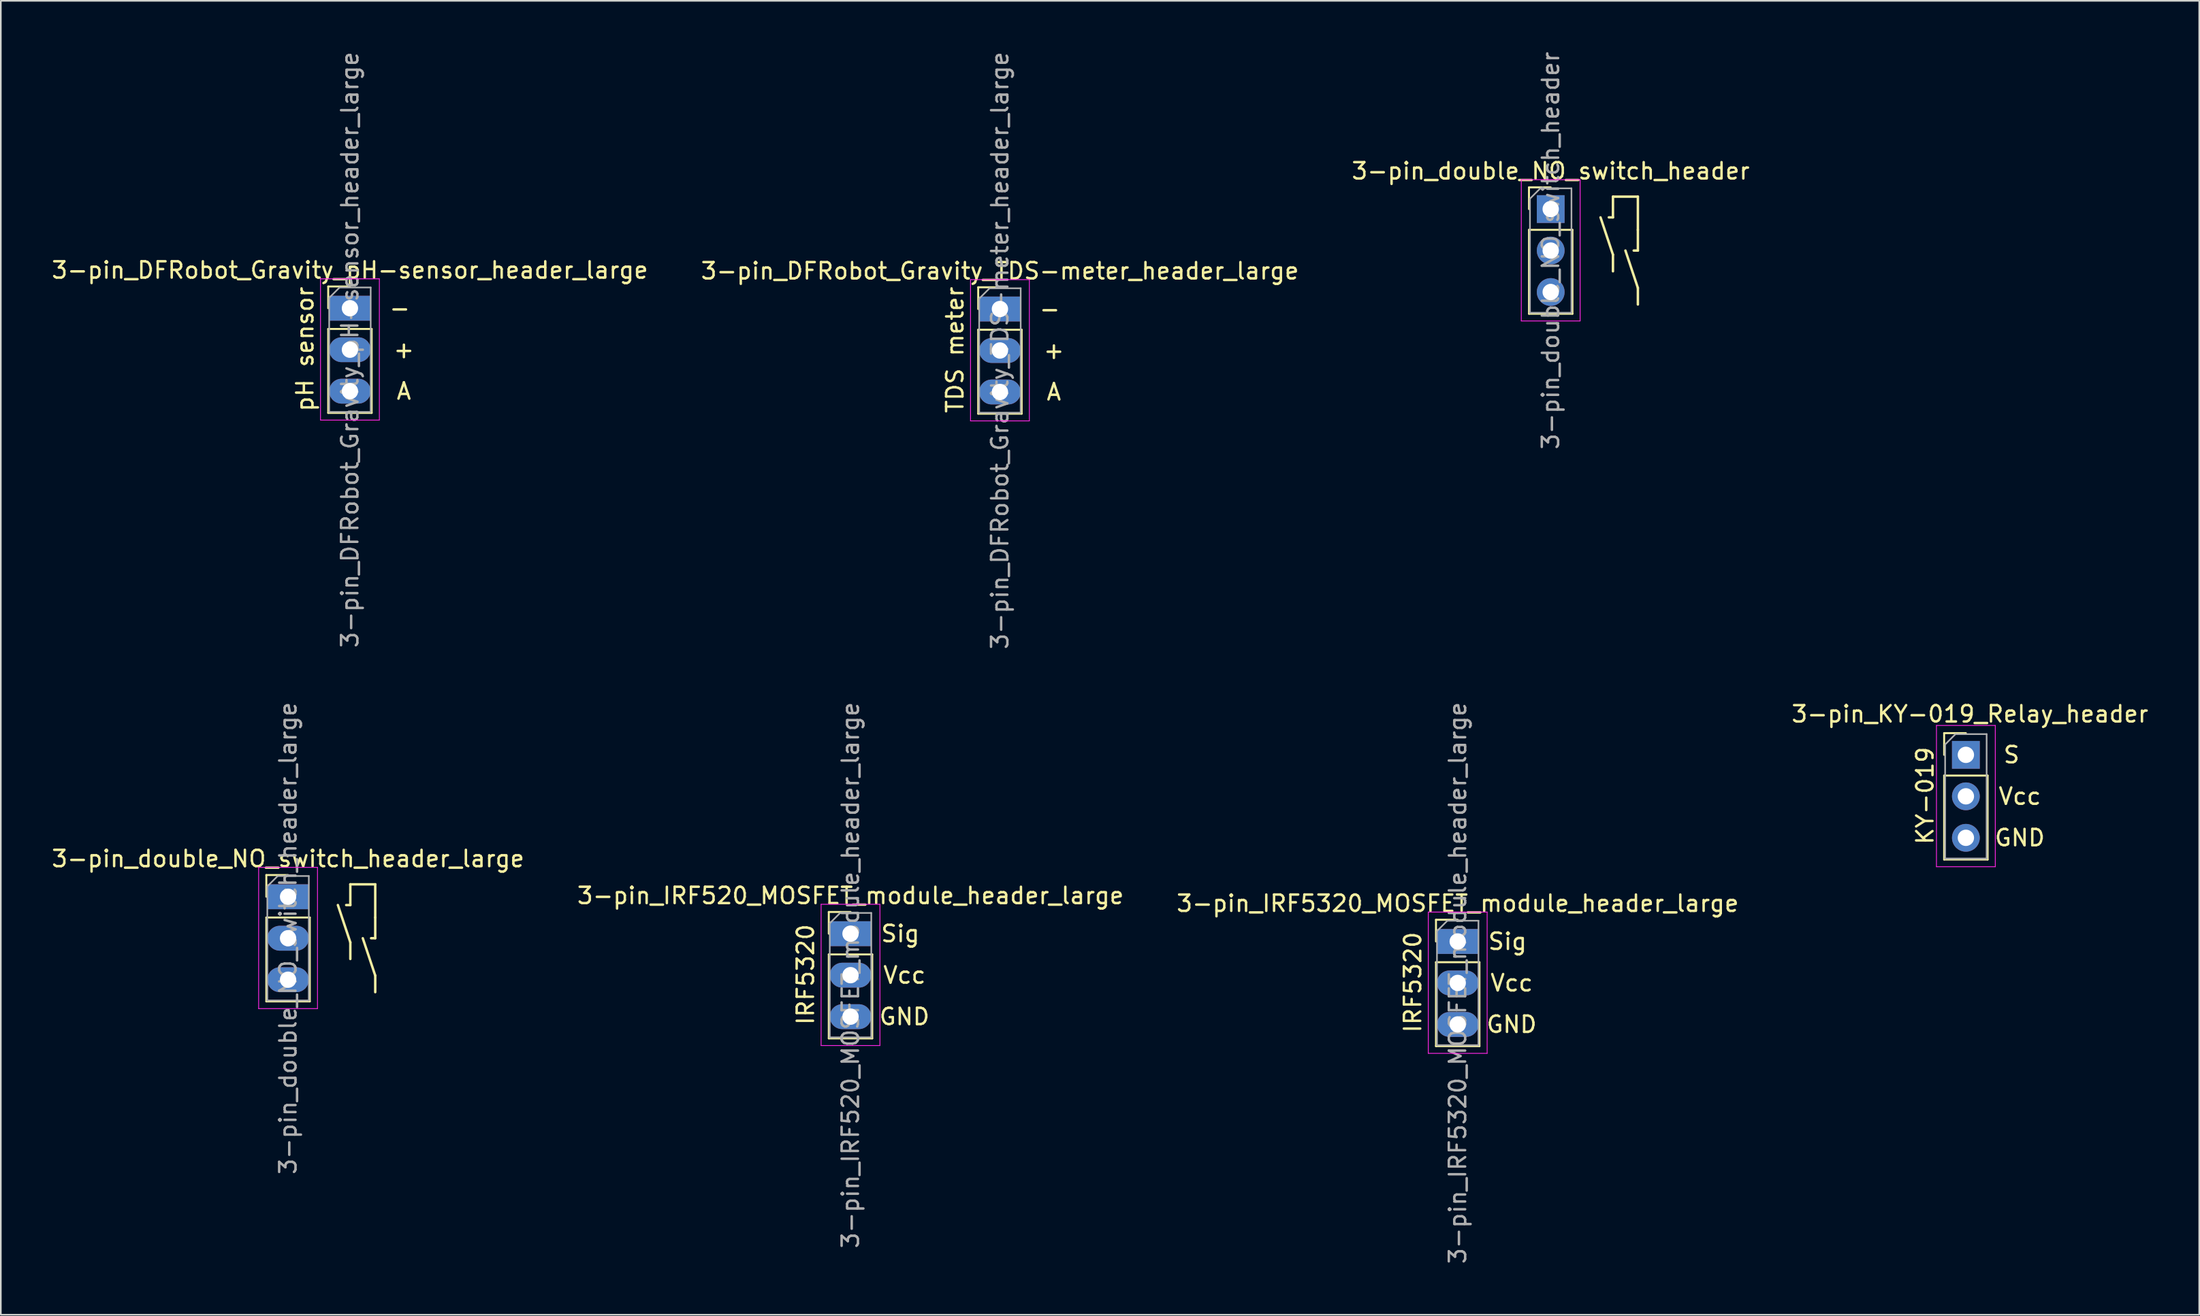
<source format=kicad_pcb>
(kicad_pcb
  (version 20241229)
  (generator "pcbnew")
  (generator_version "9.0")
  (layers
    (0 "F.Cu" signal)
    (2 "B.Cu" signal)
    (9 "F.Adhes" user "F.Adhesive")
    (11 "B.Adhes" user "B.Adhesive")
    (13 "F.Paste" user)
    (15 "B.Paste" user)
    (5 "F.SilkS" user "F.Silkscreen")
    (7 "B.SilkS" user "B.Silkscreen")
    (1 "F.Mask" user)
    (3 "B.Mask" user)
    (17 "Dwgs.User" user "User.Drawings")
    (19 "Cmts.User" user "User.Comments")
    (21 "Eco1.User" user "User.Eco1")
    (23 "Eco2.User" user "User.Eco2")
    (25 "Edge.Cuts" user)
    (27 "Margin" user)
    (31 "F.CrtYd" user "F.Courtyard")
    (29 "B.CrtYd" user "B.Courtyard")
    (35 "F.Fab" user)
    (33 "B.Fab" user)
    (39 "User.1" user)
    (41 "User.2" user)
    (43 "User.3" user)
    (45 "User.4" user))
  (footprint "3-pin_IRF520_MOSFET_module_header_large"
    (layer "F.Cu")
    (at 48.994 54.121)
    (property "Reference" "3-pin_IRF520_MOSFET_module_header_large" (at 0 -2.33 0) (layer "F.SilkS") (effects (font (size 1 1) (thickness 0.15))))
    (attr through_hole)
    (fp_line (start -1.33 -1.33) (end 0 -1.33) (stroke (width 0.12) (type solid)) (layer "F.SilkS"))
    (fp_line (start -1.33 0) (end -1.33 -1.33) (stroke (width 0.12) (type solid)) (layer "F.SilkS"))
    (fp_line (start -1.33 1.27) (end -1.33 6.41) (stroke (width 0.12) (type solid)) (layer "F.SilkS"))
    (fp_line (start -1.33 1.27) (end 1.33 1.27) (stroke (width 0.12) (type solid)) (layer "F.SilkS"))
    (fp_line (start -1.33 6.41) (end 1.33 6.41) (stroke (width 0.12) (type solid)) (layer "F.SilkS"))
    (fp_line (start 1.33 1.27) (end 1.33 6.41) (stroke (width 0.12) (type solid)) (layer "F.SilkS"))
    (fp_line (start -1.8 -1.8) (end -1.8 6.85) (stroke (width 0.05) (type solid)) (layer "F.CrtYd"))
    (fp_line (start -1.8 6.85) (end 1.8 6.85) (stroke (width 0.05) (type solid)) (layer "F.CrtYd"))
    (fp_line (start 1.8 -1.8) (end -1.8 -1.8) (stroke (width 0.05) (type solid)) (layer "F.CrtYd"))
    (fp_line (start 1.8 6.85) (end 1.8 -1.8) (stroke (width 0.05) (type solid)) (layer "F.CrtYd"))
    (fp_line (start -1.27 -0.635) (end -0.635 -1.27) (stroke (width 0.1) (type solid)) (layer "F.Fab"))
    (fp_line (start -1.27 6.35) (end -1.27 -0.635) (stroke (width 0.1) (type solid)) (layer "F.Fab"))
    (fp_line (start -0.635 -1.27) (end 1.27 -1.27) (stroke (width 0.1) (type solid)) (layer "F.Fab"))
    (fp_line (start 1.27 -1.27) (end 1.27 6.35) (stroke (width 0.1) (type solid)) (layer "F.Fab"))
    (fp_line (start 1.27 6.35) (end -1.27 6.35) (stroke (width 0.1) (type solid)) (layer "F.Fab"))
    (fp_text user "IRF5320" (at -2.75 2.5 90) (layer "F.SilkS") (effects (font (size 1 1) (thickness 0.15))))
    (fp_text user "Sig" (at 3.048 0 0) (layer "F.SilkS") (effects (font (size 1 1) (thickness 0.15))))
    (fp_text user "GND" (at 3.302 5.08 0) (layer "F.SilkS") (effects (font (size 1 1) (thickness 0.15))))
    (fp_text user "Vcc" (at 3.302 2.54 0) (layer "F.SilkS") (effects (font (size 1 1) (thickness 0.15))))
    (fp_text user "${REFERENCE}" (at 0 2.54 90) (layer "F.Fab") (effects (font (size 1 1) (thickness 0.15))))
    (pad "1" thru_hole rect (at 0 0) (size 2.54 1.524) (drill 1) (layers "*.Cu" "*.Mask"))
    (pad "2" thru_hole oval (at 0 2.54) (size 2.54 1.524) (drill 1) (layers "*.Cu" "*.Mask"))
    (pad "3" thru_hole oval (at 0 5.08) (size 2.54 1.524) (drill 1) (layers "*.Cu" "*.Mask")))
  (footprint "3-pin_double_NO_switch_header_large"
    (layer "F.Cu")
    (at 14.577 51.859)
    (property "Reference" "3-pin_double_NO_switch_header_large" (at 0 -2.33 0) (layer "F.SilkS") (effects (font (size 1 1) (thickness 0.15))))
    (attr through_hole)
    (fp_line (start -1.33 -1.33) (end 0 -1.33) (stroke (width 0.12) (type solid)) (layer "F.SilkS"))
    (fp_line (start -1.33 0) (end -1.33 -1.33) (stroke (width 0.12) (type solid)) (layer "F.SilkS"))
    (fp_line (start -1.33 1.27) (end -1.33 6.41) (stroke (width 0.12) (type solid)) (layer "F.SilkS"))
    (fp_line (start -1.33 1.27) (end 1.33 1.27) (stroke (width 0.12) (type solid)) (layer "F.SilkS"))
    (fp_line (start -1.33 6.41) (end 1.33 6.41) (stroke (width 0.12) (type solid)) (layer "F.SilkS"))
    (fp_line (start 1.33 1.27) (end 1.33 6.41) (stroke (width 0.12) (type solid)) (layer "F.SilkS"))
    (fp_line (start 3.81 -0.762) (end 3.81 0.508) (stroke (width 0.15) (type solid)) (layer "F.SilkS"))
    (fp_line (start 3.81 -0.762) (end 5.334 -0.762) (stroke (width 0.15) (type solid)) (layer "F.SilkS"))
    (fp_line (start 3.81 0.508) (end 3.556 0.508) (stroke (width 0.15) (type solid)) (layer "F.SilkS"))
    (fp_line (start 3.81 2.794) (end 3.048 0.508) (stroke (width 0.15) (type solid)) (layer "F.SilkS"))
    (fp_line (start 3.81 3.81) (end 3.81 2.794) (stroke (width 0.15) (type solid)) (layer "F.SilkS"))
    (fp_line (start 5.334 -0.762) (end 5.334 1.27) (stroke (width 0.15) (type solid)) (layer "F.SilkS"))
    (fp_line (start 5.334 1.27) (end 5.334 2.54) (stroke (width 0.15) (type solid)) (layer "F.SilkS"))
    (fp_line (start 5.334 2.54) (end 5.08 2.54) (stroke (width 0.15) (type solid)) (layer "F.SilkS"))
    (fp_line (start 5.334 4.826) (end 4.572 2.54) (stroke (width 0.15) (type solid)) (layer "F.SilkS"))
    (fp_line (start 5.334 5.842) (end 5.334 4.826) (stroke (width 0.15) (type solid)) (layer "F.SilkS"))
    (fp_line (start -1.8 -1.8) (end -1.8 6.85) (stroke (width 0.05) (type solid)) (layer "F.CrtYd"))
    (fp_line (start -1.8 6.85) (end 1.8 6.85) (stroke (width 0.05) (type solid)) (layer "F.CrtYd"))
    (fp_line (start 1.8 -1.8) (end -1.8 -1.8) (stroke (width 0.05) (type solid)) (layer "F.CrtYd"))
    (fp_line (start 1.8 6.85) (end 1.8 -1.8) (stroke (width 0.05) (type solid)) (layer "F.CrtYd"))
    (fp_line (start -1.27 -0.635) (end -0.635 -1.27) (stroke (width 0.1) (type solid)) (layer "F.Fab"))
    (fp_line (start -1.27 6.35) (end -1.27 -0.635) (stroke (width 0.1) (type solid)) (layer "F.Fab"))
    (fp_line (start -0.635 -1.27) (end 1.27 -1.27) (stroke (width 0.1) (type solid)) (layer "F.Fab"))
    (fp_line (start 1.27 -1.27) (end 1.27 6.35) (stroke (width 0.1) (type solid)) (layer "F.Fab"))
    (fp_line (start 1.27 6.35) (end -1.27 6.35) (stroke (width 0.1) (type solid)) (layer "F.Fab"))
    (fp_text user "${REFERENCE}" (at 0 2.54 90) (layer "F.Fab") (effects (font (size 1 1) (thickness 0.15))))
    (pad "1" thru_hole rect (at 0 0 90) (size 1.524 2.54) (drill 1) (layers "*.Cu" "*.Mask"))
    (pad "2" thru_hole oval (at 0 2.54) (size 2.54 1.524) (drill 1) (layers "*.Cu" "*.Mask"))
    (pad "3" thru_hole oval (at 0 5.08) (size 2.54 1.524) (drill 1) (layers "*.Cu" "*.Mask")))
  (footprint "3-pin_KY-019_Relay_header"
    (layer "F.Cu")
    (at 117.244 43.17)
    (property "Reference" "3-pin_KY-019_Relay_header" (at 0.25 -2.5 0) (layer "F.SilkS") (effects (font (size 1 1) (thickness 0.15))))
    (attr through_hole)
    (fp_line (start -1.33 -1.33) (end 0 -1.33) (stroke (width 0.12) (type solid)) (layer "F.SilkS"))
    (fp_line (start -1.33 0) (end -1.33 -1.33) (stroke (width 0.12) (type solid)) (layer "F.SilkS"))
    (fp_line (start -1.33 1.27) (end -1.33 6.41) (stroke (width 0.12) (type solid)) (layer "F.SilkS"))
    (fp_line (start -1.33 1.27) (end 1.33 1.27) (stroke (width 0.12) (type solid)) (layer "F.SilkS"))
    (fp_line (start -1.33 6.41) (end 1.33 6.41) (stroke (width 0.12) (type solid)) (layer "F.SilkS"))
    (fp_line (start 1.33 1.27) (end 1.33 6.41) (stroke (width 0.12) (type solid)) (layer "F.SilkS"))
    (fp_line (start -1.8 -1.8) (end -1.8 6.85) (stroke (width 0.05) (type solid)) (layer "F.CrtYd"))
    (fp_line (start -1.8 6.85) (end 1.8 6.85) (stroke (width 0.05) (type solid)) (layer "F.CrtYd"))
    (fp_line (start 1.8 -1.8) (end -1.8 -1.8) (stroke (width 0.05) (type solid)) (layer "F.CrtYd"))
    (fp_line (start 1.8 6.85) (end 1.8 -1.8) (stroke (width 0.05) (type solid)) (layer "F.CrtYd"))
    (fp_line (start -1.27 -0.635) (end -0.635 -1.27) (stroke (width 0.1) (type solid)) (layer "F.Fab"))
    (fp_line (start -1.27 6.35) (end -1.27 -0.635) (stroke (width 0.1) (type solid)) (layer "F.Fab"))
    (fp_line (start -0.635 -1.27) (end 1.27 -1.27) (stroke (width 0.1) (type solid)) (layer "F.Fab"))
    (fp_line (start 1.27 -1.27) (end 1.27 6.35) (stroke (width 0.1) (type solid)) (layer "F.Fab"))
    (fp_line (start 1.27 6.35) (end -1.27 6.35) (stroke (width 0.1) (type solid)) (layer "F.Fab"))
    (fp_text user "S" (at 2.794 0 0) (layer "F.SilkS") (effects (font (size 1 1) (thickness 0.15))))
    (fp_text user "GND" (at 3.302 5.08 0) (layer "F.SilkS") (effects (font (size 1 1) (thickness 0.15))))
    (fp_text user "Vcc" (at 3.302 2.54 0) (layer "F.SilkS") (effects (font (size 1 1) (thickness 0.15))))
    (fp_text user "KY-019" (at -2.5 2.5 90) (layer "F.SilkS") (effects (font (size 1 1) (thickness 0.15))))
    (pad "1" thru_hole rect (at 0 0) (size 1.7 1.7) (drill 1) (layers "*.Cu" "*.Mask"))
    (pad "2" thru_hole oval (at 0 2.54) (size 1.7 1.7) (drill 1) (layers "*.Cu" "*.Mask"))
    (pad "3" thru_hole oval (at 0 5.08) (size 1.7 1.7) (drill 1) (layers "*.Cu" "*.Mask")))
  (footprint "3-pin_DFRobot_Gravity_pH-sensor_header_large"
    (layer "F.Cu")
    (at 18.363 15.823)
    (property "Reference" "3-pin_DFRobot_Gravity_pH-sensor_header_large" (at 0 -2.33 0) (layer "F.SilkS") (effects (font (size 1 1) (thickness 0.15))))
    (attr through_hole)
    (fp_line (start -1.33 -1.33) (end 0 -1.33) (stroke (width 0.12) (type solid)) (layer "F.SilkS"))
    (fp_line (start -1.33 0) (end -1.33 -1.33) (stroke (width 0.12) (type solid)) (layer "F.SilkS"))
    (fp_line (start -1.33 1.27) (end -1.33 6.41) (stroke (width 0.12) (type solid)) (layer "F.SilkS"))
    (fp_line (start -1.33 1.27) (end 1.33 1.27) (stroke (width 0.12) (type solid)) (layer "F.SilkS"))
    (fp_line (start -1.33 6.41) (end 1.33 6.41) (stroke (width 0.12) (type solid)) (layer "F.SilkS"))
    (fp_line (start 1.33 1.27) (end 1.33 6.41) (stroke (width 0.12) (type solid)) (layer "F.SilkS"))
    (fp_line (start -1.8 -1.8) (end -1.8 6.85) (stroke (width 0.05) (type solid)) (layer "F.CrtYd"))
    (fp_line (start -1.8 6.85) (end 1.8 6.85) (stroke (width 0.05) (type solid)) (layer "F.CrtYd"))
    (fp_line (start 1.8 -1.8) (end -1.8 -1.8) (stroke (width 0.05) (type solid)) (layer "F.CrtYd"))
    (fp_line (start 1.8 6.85) (end 1.8 -1.8) (stroke (width 0.05) (type solid)) (layer "F.CrtYd"))
    (fp_line (start -1.27 -0.635) (end -0.635 -1.27) (stroke (width 0.1) (type solid)) (layer "F.Fab"))
    (fp_line (start -1.27 6.35) (end -1.27 -0.635) (stroke (width 0.1) (type solid)) (layer "F.Fab"))
    (fp_line (start -0.635 -1.27) (end 1.27 -1.27) (stroke (width 0.1) (type solid)) (layer "F.Fab"))
    (fp_line (start 1.27 -1.27) (end 1.27 6.35) (stroke (width 0.1) (type solid)) (layer "F.Fab"))
    (fp_line (start 1.27 6.35) (end -1.27 6.35) (stroke (width 0.1) (type solid)) (layer "F.Fab"))
    (fp_text user "-" (at 3.048 0 0) (layer "F.SilkS") (effects (font (size 1 1) (thickness 0.15))))
    (fp_text user "pH sensor" (at -2.75 2.5 90) (layer "F.SilkS") (effects (font (size 1 1) (thickness 0.15))))
    (fp_text user "+" (at 3.302 2.54 0) (layer "F.SilkS") (effects (font (size 1 1) (thickness 0.15))))
    (fp_text user "A" (at 3.302 5.08 0) (layer "F.SilkS") (effects (font (size 1 1) (thickness 0.15))))
    (fp_text user "${REFERENCE}" (at 0 2.54 90) (layer "F.Fab") (effects (font (size 1 1) (thickness 0.15))))
    (pad "1" thru_hole rect (at 0 0) (size 2.54 1.524) (drill 1) (layers "*.Cu" "*.Mask"))
    (pad "2" thru_hole oval (at 0 2.54) (size 2.54 1.524) (drill 1) (layers "*.Cu" "*.Mask"))
    (pad "3" thru_hole oval (at 0 5.08) (size 2.54 1.524) (drill 1) (layers "*.Cu" "*.Mask")))
  (footprint "3-pin_IRF5320_MOSFET_module_header_large"
    (layer "F.Cu")
    (at 86.149 54.597)
    (property "Reference" "3-pin_IRF5320_MOSFET_module_header_large" (at 0 -2.33 0) (layer "F.SilkS") (effects (font (size 1 1) (thickness 0.15))))
    (attr through_hole)
    (fp_line (start -1.33 -1.33) (end 0 -1.33) (stroke (width 0.12) (type solid)) (layer "F.SilkS"))
    (fp_line (start -1.33 0) (end -1.33 -1.33) (stroke (width 0.12) (type solid)) (layer "F.SilkS"))
    (fp_line (start -1.33 1.27) (end -1.33 6.41) (stroke (width 0.12) (type solid)) (layer "F.SilkS"))
    (fp_line (start -1.33 1.27) (end 1.33 1.27) (stroke (width 0.12) (type solid)) (layer "F.SilkS"))
    (fp_line (start -1.33 6.41) (end 1.33 6.41) (stroke (width 0.12) (type solid)) (layer "F.SilkS"))
    (fp_line (start 1.33 1.27) (end 1.33 6.41) (stroke (width 0.12) (type solid)) (layer "F.SilkS"))
    (fp_line (start -1.8 -1.8) (end -1.8 6.85) (stroke (width 0.05) (type solid)) (layer "F.CrtYd"))
    (fp_line (start -1.8 6.85) (end 1.8 6.85) (stroke (width 0.05) (type solid)) (layer "F.CrtYd"))
    (fp_line (start 1.8 -1.8) (end -1.8 -1.8) (stroke (width 0.05) (type solid)) (layer "F.CrtYd"))
    (fp_line (start 1.8 6.85) (end 1.8 -1.8) (stroke (width 0.05) (type solid)) (layer "F.CrtYd"))
    (fp_line (start -1.27 -0.635) (end -0.635 -1.27) (stroke (width 0.1) (type solid)) (layer "F.Fab"))
    (fp_line (start -1.27 6.35) (end -1.27 -0.635) (stroke (width 0.1) (type solid)) (layer "F.Fab"))
    (fp_line (start -0.635 -1.27) (end 1.27 -1.27) (stroke (width 0.1) (type solid)) (layer "F.Fab"))
    (fp_line (start 1.27 -1.27) (end 1.27 6.35) (stroke (width 0.1) (type solid)) (layer "F.Fab"))
    (fp_line (start 1.27 6.35) (end -1.27 6.35) (stroke (width 0.1) (type solid)) (layer "F.Fab"))
    (fp_text user "Vcc" (at 3.302 2.54 0) (layer "F.SilkS") (effects (font (size 1 1) (thickness 0.15))))
    (fp_text user "GND" (at 3.302 5.08 0) (layer "F.SilkS") (effects (font (size 1 1) (thickness 0.15))))
    (fp_text user "Sig" (at 3.048 0 0) (layer "F.SilkS") (effects (font (size 1 1) (thickness 0.15))))
    (fp_text user "IRF5320" (at -2.75 2.5 90) (layer "F.SilkS") (effects (font (size 1 1) (thickness 0.15))))
    (fp_text user "${REFERENCE}" (at 0 2.54 90) (layer "F.Fab") (effects (font (size 1 1) (thickness 0.15))))
    (pad "1" thru_hole rect (at 0 0) (size 2.54 1.524) (drill 1) (layers "*.Cu" "*.Mask"))
    (pad "2" thru_hole oval (at 0 2.54) (size 2.54 1.524) (drill 1) (layers "*.Cu" "*.Mask"))
    (pad "3" thru_hole oval (at 0 5.08) (size 2.54 1.524) (drill 1) (layers "*.Cu" "*.Mask")))
  (footprint "3-pin_DFRobot_Gravity_TDS-meter_header_large"
    (layer "F.Cu")
    (at 58.137 15.871)
    (property "Reference" "3-pin_DFRobot_Gravity_TDS-meter_header_large" (at 0 -2.33 0) (layer "F.SilkS") (effects (font (size 1 1) (thickness 0.15))))
    (attr through_hole)
    (fp_line (start -1.33 -1.33) (end 0 -1.33) (stroke (width 0.12) (type solid)) (layer "F.SilkS"))
    (fp_line (start -1.33 0) (end -1.33 -1.33) (stroke (width 0.12) (type solid)) (layer "F.SilkS"))
    (fp_line (start -1.33 1.27) (end -1.33 6.41) (stroke (width 0.12) (type solid)) (layer "F.SilkS"))
    (fp_line (start -1.33 1.27) (end 1.33 1.27) (stroke (width 0.12) (type solid)) (layer "F.SilkS"))
    (fp_line (start -1.33 6.41) (end 1.33 6.41) (stroke (width 0.12) (type solid)) (layer "F.SilkS"))
    (fp_line (start 1.33 1.27) (end 1.33 6.41) (stroke (width 0.12) (type solid)) (layer "F.SilkS"))
    (fp_line (start -1.8 -1.8) (end -1.8 6.85) (stroke (width 0.05) (type solid)) (layer "F.CrtYd"))
    (fp_line (start -1.8 6.85) (end 1.8 6.85) (stroke (width 0.05) (type solid)) (layer "F.CrtYd"))
    (fp_line (start 1.8 -1.8) (end -1.8 -1.8) (stroke (width 0.05) (type solid)) (layer "F.CrtYd"))
    (fp_line (start 1.8 6.85) (end 1.8 -1.8) (stroke (width 0.05) (type solid)) (layer "F.CrtYd"))
    (fp_line (start -1.27 -0.635) (end -0.635 -1.27) (stroke (width 0.1) (type solid)) (layer "F.Fab"))
    (fp_line (start -1.27 6.35) (end -1.27 -0.635) (stroke (width 0.1) (type solid)) (layer "F.Fab"))
    (fp_line (start -0.635 -1.27) (end 1.27 -1.27) (stroke (width 0.1) (type solid)) (layer "F.Fab"))
    (fp_line (start 1.27 -1.27) (end 1.27 6.35) (stroke (width 0.1) (type solid)) (layer "F.Fab"))
    (fp_line (start 1.27 6.35) (end -1.27 6.35) (stroke (width 0.1) (type solid)) (layer "F.Fab"))
    (fp_text user "-" (at 3.048 0 0) (layer "F.SilkS") (effects (font (size 1 1) (thickness 0.15))))
    (fp_text user "A" (at 3.302 5.08 0) (layer "F.SilkS") (effects (font (size 1 1) (thickness 0.15))))
    (fp_text user "+" (at 3.302 2.54 0) (layer "F.SilkS") (effects (font (size 1 1) (thickness 0.15))))
    (fp_text user "TDS meter" (at -2.75 2.5 90) (layer "F.SilkS") (effects (font (size 1 1) (thickness 0.15))))
    (fp_text user "${REFERENCE}" (at 0 2.54 90) (layer "F.Fab") (effects (font (size 1 1) (thickness 0.15))))
    (pad "1" thru_hole rect (at 0 0) (size 2.54 1.524) (drill 1) (layers "*.Cu" "*.Mask"))
    (pad "2" thru_hole oval (at 0 2.54) (size 2.54 1.524) (drill 1) (layers "*.Cu" "*.Mask"))
    (pad "3" thru_hole oval (at 0 5.08) (size 2.54 1.524) (drill 1) (layers "*.Cu" "*.Mask")))
  (footprint "3-pin_double_NO_switch_header"
    (layer "F.Cu")
    (at 91.839 9.752)
    (property "Reference" "3-pin_double_NO_switch_header" (at 0 -2.33 0) (layer "F.SilkS") (effects (font (size 1 1) (thickness 0.15))))
    (attr through_hole)
    (fp_line (start -1.33 -1.33) (end 0 -1.33) (stroke (width 0.12) (type solid)) (layer "F.SilkS"))
    (fp_line (start -1.33 0) (end -1.33 -1.33) (stroke (width 0.12) (type solid)) (layer "F.SilkS"))
    (fp_line (start -1.33 1.27) (end -1.33 6.41) (stroke (width 0.12) (type solid)) (layer "F.SilkS"))
    (fp_line (start -1.33 1.27) (end 1.33 1.27) (stroke (width 0.12) (type solid)) (layer "F.SilkS"))
    (fp_line (start -1.33 6.41) (end 1.33 6.41) (stroke (width 0.12) (type solid)) (layer "F.SilkS"))
    (fp_line (start 1.33 1.27) (end 1.33 6.41) (stroke (width 0.12) (type solid)) (layer "F.SilkS"))
    (fp_line (start 3.81 -0.762) (end 3.81 0.508) (stroke (width 0.15) (type solid)) (layer "F.SilkS"))
    (fp_line (start 3.81 -0.762) (end 5.334 -0.762) (stroke (width 0.15) (type solid)) (layer "F.SilkS"))
    (fp_line (start 3.81 0.508) (end 3.556 0.508) (stroke (width 0.15) (type solid)) (layer "F.SilkS"))
    (fp_line (start 3.81 2.794) (end 3.048 0.508) (stroke (width 0.15) (type solid)) (layer "F.SilkS"))
    (fp_line (start 3.81 3.81) (end 3.81 2.794) (stroke (width 0.15) (type solid)) (layer "F.SilkS"))
    (fp_line (start 5.334 -0.762) (end 5.334 1.27) (stroke (width 0.15) (type solid)) (layer "F.SilkS"))
    (fp_line (start 5.334 1.27) (end 5.334 2.54) (stroke (width 0.15) (type solid)) (layer "F.SilkS"))
    (fp_line (start 5.334 2.54) (end 5.08 2.54) (stroke (width 0.15) (type solid)) (layer "F.SilkS"))
    (fp_line (start 5.334 4.826) (end 4.572 2.54) (stroke (width 0.15) (type solid)) (layer "F.SilkS"))
    (fp_line (start 5.334 5.842) (end 5.334 4.826) (stroke (width 0.15) (type solid)) (layer "F.SilkS"))
    (fp_line (start -1.8 -1.8) (end -1.8 6.85) (stroke (width 0.05) (type solid)) (layer "F.CrtYd"))
    (fp_line (start -1.8 6.85) (end 1.8 6.85) (stroke (width 0.05) (type solid)) (layer "F.CrtYd"))
    (fp_line (start 1.8 -1.8) (end -1.8 -1.8) (stroke (width 0.05) (type solid)) (layer "F.CrtYd"))
    (fp_line (start 1.8 6.85) (end 1.8 -1.8) (stroke (width 0.05) (type solid)) (layer "F.CrtYd"))
    (fp_line (start -1.27 -0.635) (end -0.635 -1.27) (stroke (width 0.1) (type solid)) (layer "F.Fab"))
    (fp_line (start -1.27 6.35) (end -1.27 -0.635) (stroke (width 0.1) (type solid)) (layer "F.Fab"))
    (fp_line (start -0.635 -1.27) (end 1.27 -1.27) (stroke (width 0.1) (type solid)) (layer "F.Fab"))
    (fp_line (start 1.27 -1.27) (end 1.27 6.35) (stroke (width 0.1) (type solid)) (layer "F.Fab"))
    (fp_line (start 1.27 6.35) (end -1.27 6.35) (stroke (width 0.1) (type solid)) (layer "F.Fab"))
    (fp_text user "${REFERENCE}" (at 0 2.54 90) (layer "F.Fab") (effects (font (size 1 1) (thickness 0.15))))
    (pad "1" thru_hole rect (at 0 0) (size 1.7 1.7) (drill 1) (layers "*.Cu" "*.Mask"))
    (pad "2" thru_hole oval (at 0 2.54) (size 1.7 1.7) (drill 1) (layers "*.Cu" "*.Mask"))
    (pad "3" thru_hole oval (at 0 5.08) (size 1.7 1.7) (drill 1) (layers "*.Cu" "*.Mask")))
  (gr_rect
    (start -3 -3)
    (end 131.524 77.452)
    (stroke (width 0.1) (type default))
    (fill no)
    (layer "Edge.Cuts")))
</source>
